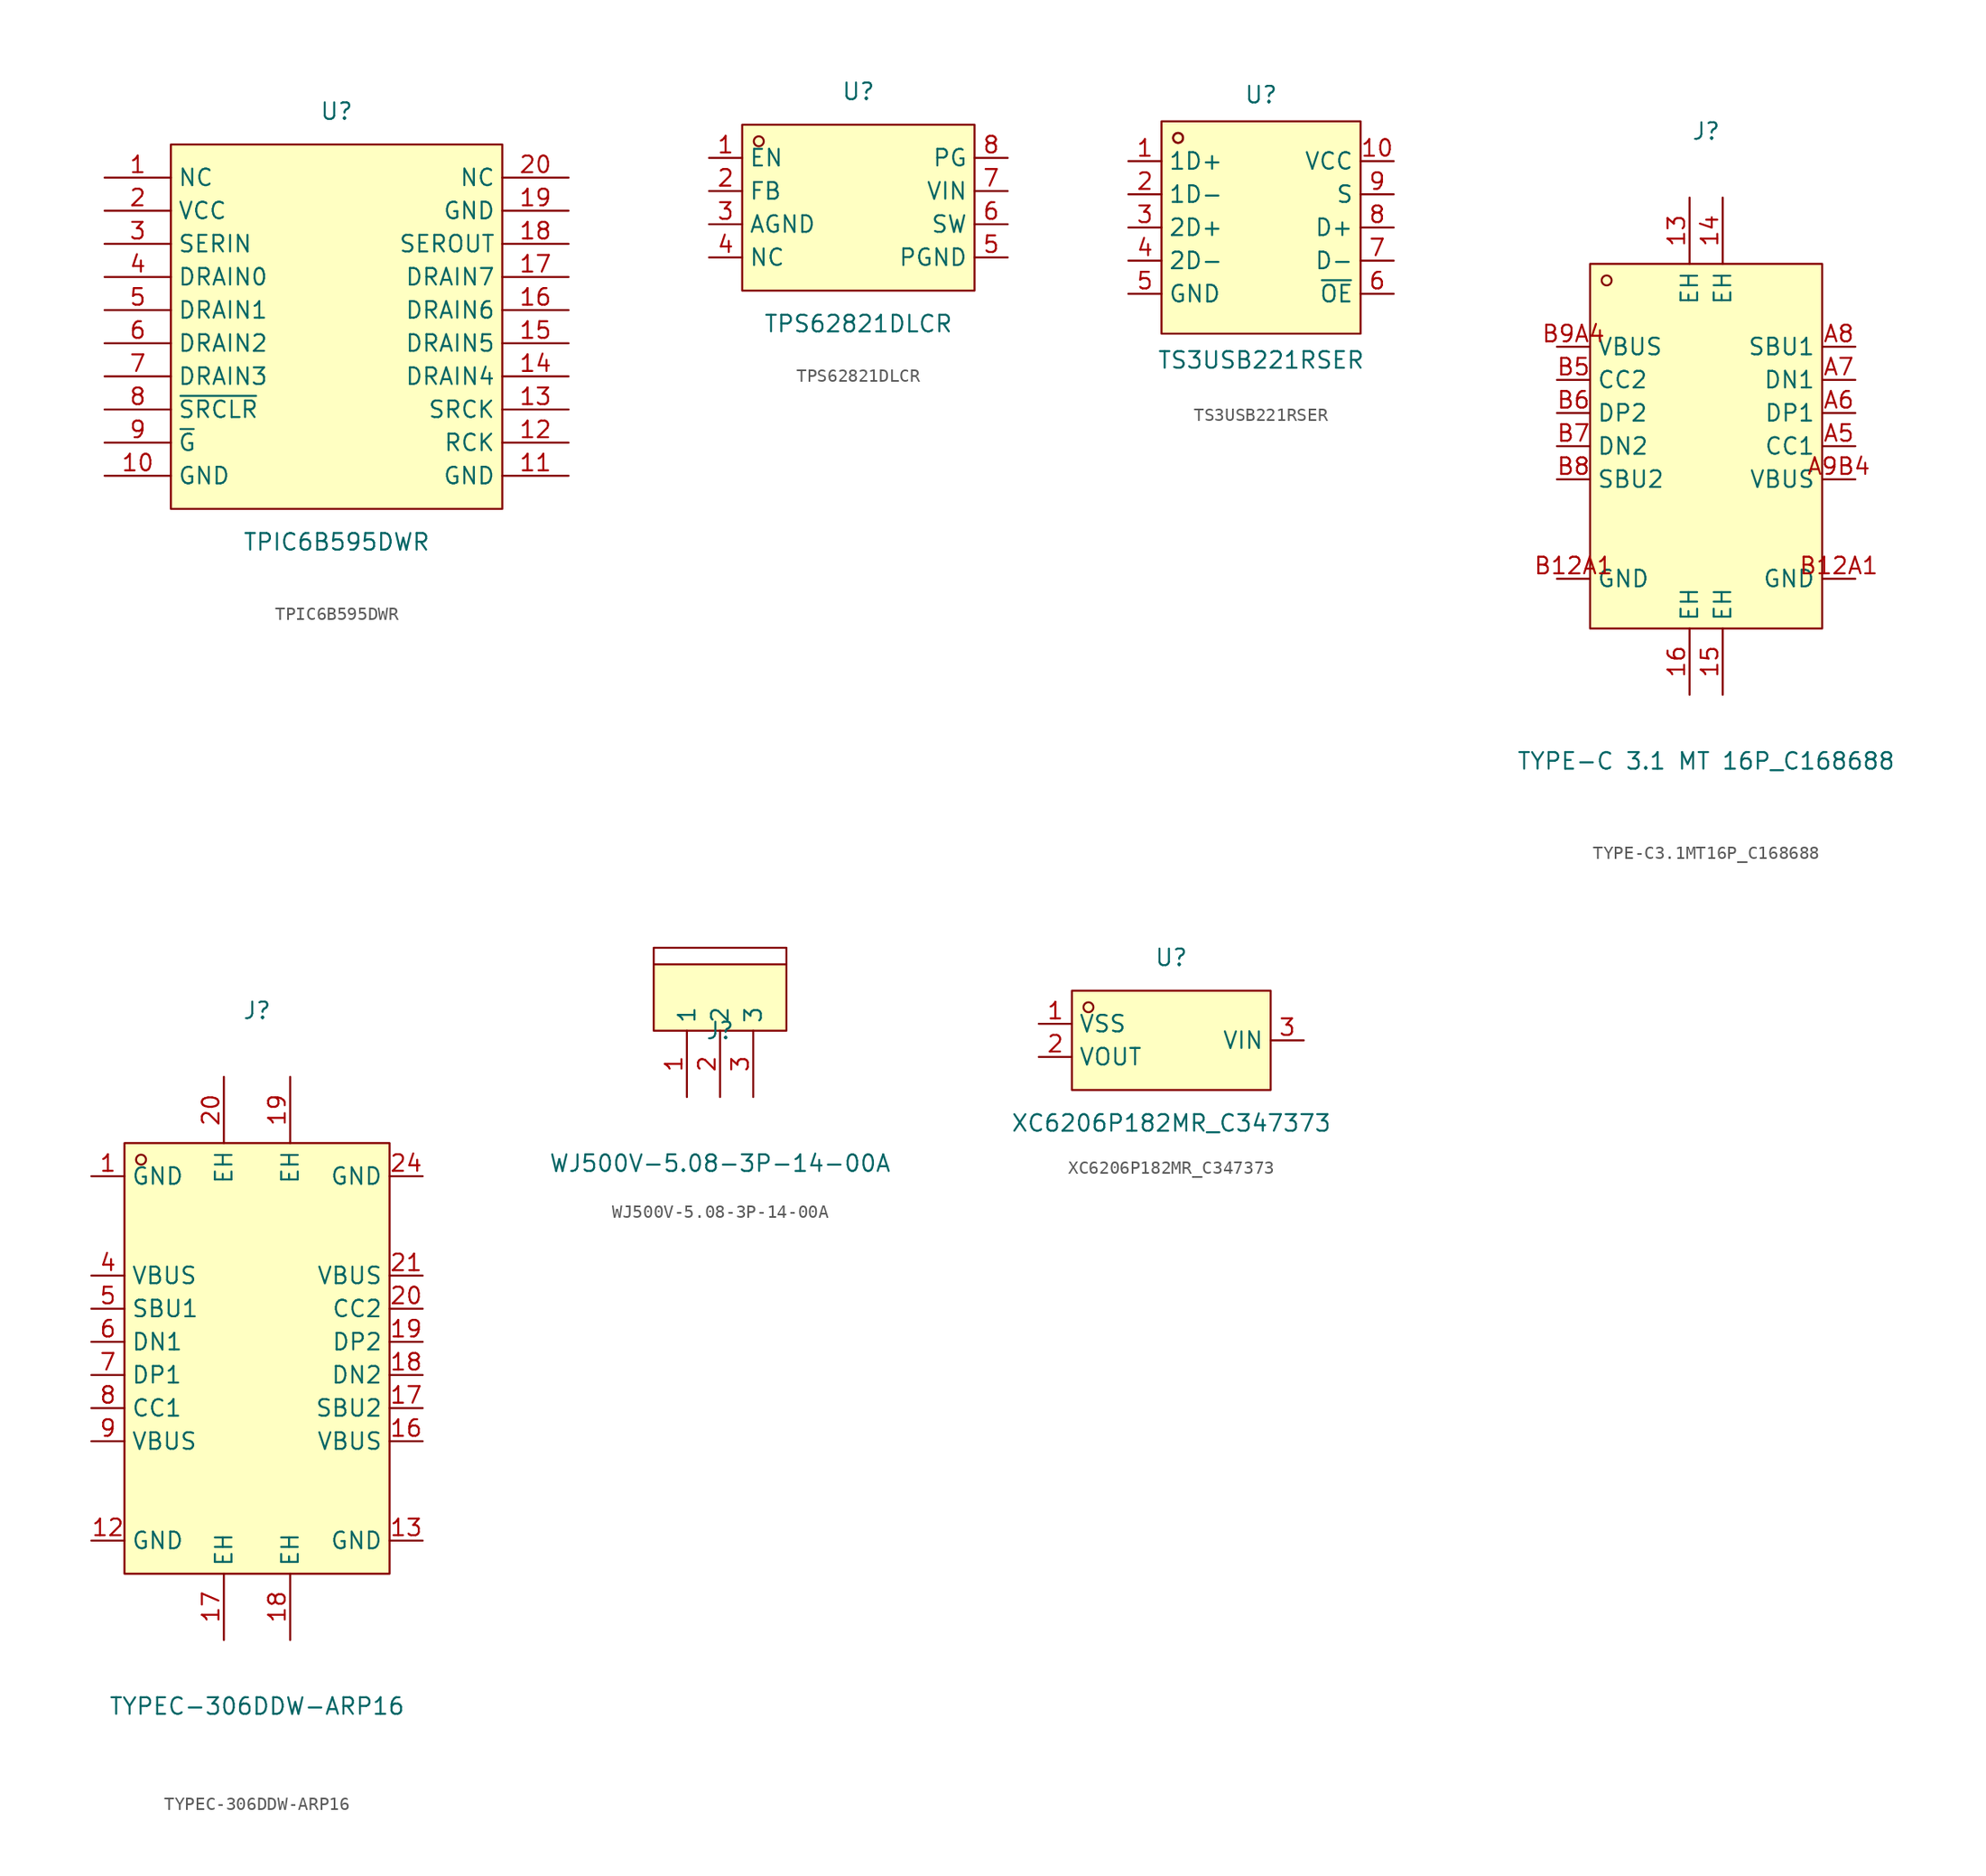
<source format=kicad_sym>
(kicad_symbol_lib
  (version 20211014)
  (generator https://github.com/uPesy/easyeda2kicad.py)
  (symbol "TPIC6B595DWR"
    (property "Reference" "U"
      (at 0 16.51 0)
      (effects (font (size 1.27 1.27))))
    (property "Value" "TPIC6B595DWR"
      (at 0 -16.51 0)
      (effects (font (size 1.27 1.27))))
    (symbol "TPIC6B595DWR_0_1"
      (rectangle (start -12.70 13.97) (end 12.70 -13.97) (stroke (width 0) (type default) (color 0 0 0 0)) (fill (type background)))
      (pin unspecified line (at -17.78 11.43 0) (length 5.08) (name "NC" (effects (font (size 1.27 1.27)))) (number "1" (effects (font (size 1.27 1.27)))))
      (pin unspecified line (at -17.78 8.89 0) (length 5.08) (name "VCC" (effects (font (size 1.27 1.27)))) (number "2" (effects (font (size 1.27 1.27)))))
      (pin unspecified line (at -17.78 6.35 0) (length 5.08) (name "SERIN" (effects (font (size 1.27 1.27)))) (number "3" (effects (font (size 1.27 1.27)))))
      (pin unspecified line (at -17.78 3.81 0) (length 5.08) (name "DRAIN0" (effects (font (size 1.27 1.27)))) (number "4" (effects (font (size 1.27 1.27)))))
      (pin unspecified line (at -17.78 1.27 0) (length 5.08) (name "DRAIN1" (effects (font (size 1.27 1.27)))) (number "5" (effects (font (size 1.27 1.27)))))
      (pin unspecified line (at -17.78 -1.27 0) (length 5.08) (name "DRAIN2" (effects (font (size 1.27 1.27)))) (number "6" (effects (font (size 1.27 1.27)))))
      (pin unspecified line (at -17.78 -3.81 0) (length 5.08) (name "DRAIN3" (effects (font (size 1.27 1.27)))) (number "7" (effects (font (size 1.27 1.27)))))
      (pin unspecified line (at -17.78 -6.35 0) (length 5.08) (name "~{SRCLR}" (effects (font (size 1.27 1.27)))) (number "8" (effects (font (size 1.27 1.27)))))
      (pin unspecified line (at -17.78 -8.89 0) (length 5.08) (name "~{G}" (effects (font (size 1.27 1.27)))) (number "9" (effects (font (size 1.27 1.27)))))
      (pin unspecified line (at -17.78 -11.43 0) (length 5.08) (name "GND" (effects (font (size 1.27 1.27)))) (number "10" (effects (font (size 1.27 1.27)))))
      (pin unspecified line (at 17.78 -11.43 180) (length 5.08) (name "GND" (effects (font (size 1.27 1.27)))) (number "11" (effects (font (size 1.27 1.27)))))
      (pin unspecified line (at 17.78 -8.89 180) (length 5.08) (name "RCK" (effects (font (size 1.27 1.27)))) (number "12" (effects (font (size 1.27 1.27)))))
      (pin unspecified line (at 17.78 -6.35 180) (length 5.08) (name "SRCK" (effects (font (size 1.27 1.27)))) (number "13" (effects (font (size 1.27 1.27)))))
      (pin unspecified line (at 17.78 -3.81 180) (length 5.08) (name "DRAIN4" (effects (font (size 1.27 1.27)))) (number "14" (effects (font (size 1.27 1.27)))))
      (pin unspecified line (at 17.78 -1.27 180) (length 5.08) (name "DRAIN5" (effects (font (size 1.27 1.27)))) (number "15" (effects (font (size 1.27 1.27)))))
      (pin unspecified line (at 17.78 1.27 180) (length 5.08) (name "DRAIN6" (effects (font (size 1.27 1.27)))) (number "16" (effects (font (size 1.27 1.27)))))
      (pin unspecified line (at 17.78 3.81 180) (length 5.08) (name "DRAIN7" (effects (font (size 1.27 1.27)))) (number "17" (effects (font (size 1.27 1.27)))))
      (pin unspecified line (at 17.78 6.35 180) (length 5.08) (name "SEROUT" (effects (font (size 1.27 1.27)))) (number "18" (effects (font (size 1.27 1.27)))))
      (pin unspecified line (at 17.78 8.89 180) (length 5.08) (name "GND" (effects (font (size 1.27 1.27)))) (number "19" (effects (font (size 1.27 1.27)))))
      (pin unspecified line (at 17.78 11.43 180) (length 5.08) (name "NC" (effects (font (size 1.27 1.27)))) (number "20" (effects (font (size 1.27 1.27)))))))
  (symbol "TPS62821DLCR"
    (property "Reference" "U"
      (at 0 8.89 0)
      (effects (font (size 1.27 1.27))))
    (property "Value" "TPS62821DLCR"
      (at 0 -8.89 0)
      (effects (font (size 1.27 1.27))))
    (symbol "TPS62821DLCR_0_1"
      (rectangle (start -8.89 6.35) (end 8.89 -6.35) (stroke (width 0) (type default) (color 0 0 0 0)) (fill (type background)))
      (circle (center -7.62 5.08) (radius 0.38) (stroke (width 0) (type default) (color 0 0 0 0)) (fill (type none)))
      (pin unspecified line (at -11.43 3.81 0) (length 2.54) (name "EN" (effects (font (size 1.27 1.27)))) (number "1" (effects (font (size 1.27 1.27)))))
      (pin unspecified line (at -11.43 1.27 0) (length 2.54) (name "FB" (effects (font (size 1.27 1.27)))) (number "2" (effects (font (size 1.27 1.27)))))
      (pin unspecified line (at -11.43 -1.27 0) (length 2.54) (name "AGND" (effects (font (size 1.27 1.27)))) (number "3" (effects (font (size 1.27 1.27)))))
      (pin unspecified line (at -11.43 -3.81 0) (length 2.54) (name "NC" (effects (font (size 1.27 1.27)))) (number "4" (effects (font (size 1.27 1.27)))))
      (pin unspecified line (at 11.43 -3.81 180) (length 2.54) (name "PGND" (effects (font (size 1.27 1.27)))) (number "5" (effects (font (size 1.27 1.27)))))
      (pin unspecified line (at 11.43 -1.27 180) (length 2.54) (name "SW" (effects (font (size 1.27 1.27)))) (number "6" (effects (font (size 1.27 1.27)))))
      (pin unspecified line (at 11.43 1.27 180) (length 2.54) (name "VIN" (effects (font (size 1.27 1.27)))) (number "7" (effects (font (size 1.27 1.27)))))
      (pin unspecified line (at 11.43 3.81 180) (length 2.54) (name "PG" (effects (font (size 1.27 1.27)))) (number "8" (effects (font (size 1.27 1.27)))))))
  (symbol "TS3USB221RSER"
    (property "Reference" "U"
      (at 0 10.16 0)
      (effects (font (size 1.27 1.27))))
    (property "Value" "TS3USB221RSER"
      (at 0 -10.16 0)
      (effects (font (size 1.27 1.27))))
    (symbol "TS3USB221RSER_0_1"
      (rectangle (start -7.62 8.13) (end 7.62 -8.13) (stroke (width 0) (type default) (color 0 0 0 0)) (fill (type background)))
      (circle (center -6.35 6.86) (radius 0.38) (stroke (width 0) (type default) (color 0 0 0 0)) (fill (type none)))
      (circle (center -6.35 6.86) (radius 0.38) (stroke (width 0) (type default) (color 0 0 0 0)) (fill (type none)))
      (pin unspecified line (at -10.16 5.08 0) (length 2.54) (name "1D+" (effects (font (size 1.27 1.27)))) (number "1" (effects (font (size 1.27 1.27)))))
      (pin unspecified line (at -10.16 2.54 0) (length 2.54) (name "1D-" (effects (font (size 1.27 1.27)))) (number "2" (effects (font (size 1.27 1.27)))))
      (pin unspecified line (at -10.16 -0.00 0) (length 2.54) (name "2D+" (effects (font (size 1.27 1.27)))) (number "3" (effects (font (size 1.27 1.27)))))
      (pin unspecified line (at -10.16 -2.54 0) (length 2.54) (name "2D-" (effects (font (size 1.27 1.27)))) (number "4" (effects (font (size 1.27 1.27)))))
      (pin unspecified line (at -10.16 -5.08 0) (length 2.54) (name "GND" (effects (font (size 1.27 1.27)))) (number "5" (effects (font (size 1.27 1.27)))))
      (pin unspecified line (at 10.16 -5.08 180) (length 2.54) (name "~{OE}" (effects (font (size 1.27 1.27)))) (number "6" (effects (font (size 1.27 1.27)))))
      (pin unspecified line (at 10.16 -2.54 180) (length 2.54) (name "D-" (effects (font (size 1.27 1.27)))) (number "7" (effects (font (size 1.27 1.27)))))
      (pin unspecified line (at 10.16 -0.00 180) (length 2.54) (name "D+" (effects (font (size 1.27 1.27)))) (number "8" (effects (font (size 1.27 1.27)))))
      (pin unspecified line (at 10.16 2.54 180) (length 2.54) (name "S" (effects (font (size 1.27 1.27)))) (number "9" (effects (font (size 1.27 1.27)))))
      (pin unspecified line (at 10.16 5.08 180) (length 2.54) (name "VCC" (effects (font (size 1.27 1.27)))) (number "10" (effects (font (size 1.27 1.27)))))))
  (symbol "TYPE-C3.1MT16P_C168688"
    (property "Reference" "J"
      (at 0 24.13 0)
      (effects (font (size 1.27 1.27))))
    (property "Value" "TYPE-C 3.1 MT 16P_C168688"
      (at 0 -24.13 0)
      (effects (font (size 1.27 1.27))))
    (symbol "TYPE-C3.1MT16P_C168688_0_1"
      (rectangle (start -8.89 13.97) (end 8.89 -13.97) (stroke (width 0) (type default) (color 0 0 0 0)) (fill (type background)))
      (circle (center -7.62 12.70) (radius 0.38) (stroke (width 0) (type default) (color 0 0 0 0)) (fill (type none)))
      (pin unspecified line (at 11.43 -2.54 180) (length 2.54) (name "VBUS" (effects (font (size 1.27 1.27)))) (number "A9B4" (effects (font (size 1.27 1.27)))))
      (pin unspecified line (at -11.43 5.08 0) (length 2.54) (name "CC2" (effects (font (size 1.27 1.27)))) (number "B5" (effects (font (size 1.27 1.27)))))
      (pin unspecified line (at -11.43 2.54 0) (length 2.54) (name "DP2" (effects (font (size 1.27 1.27)))) (number "B6" (effects (font (size 1.27 1.27)))))
      (pin unspecified line (at -11.43 -0.00 0) (length 2.54) (name "DN2" (effects (font (size 1.27 1.27)))) (number "B7" (effects (font (size 1.27 1.27)))))
      (pin unspecified line (at -11.43 -2.54 0) (length 2.54) (name "SBU2" (effects (font (size 1.27 1.27)))) (number "B8" (effects (font (size 1.27 1.27)))))
      (pin unspecified line (at -11.43 -10.16 0) (length 2.54) (name "GND" (effects (font (size 1.27 1.27)))) (number "B12A1" (effects (font (size 1.27 1.27)))))
      (pin unspecified line (at -1.27 19.05 270) (length 5.08) (name "EH" (effects (font (size 1.27 1.27)))) (number "13" (effects (font (size 1.27 1.27)))))
      (pin unspecified line (at 11.43 -10.16 180) (length 2.54) (name "GND" (effects (font (size 1.27 1.27)))) (number "B12A1" (effects (font (size 1.27 1.27)))))
      (pin unspecified line (at -11.43 7.62 0) (length 2.54) (name "VBUS" (effects (font (size 1.27 1.27)))) (number "B9A4" (effects (font (size 1.27 1.27)))))
      (pin unspecified line (at 11.43 -0.00 180) (length 2.54) (name "CC1" (effects (font (size 1.27 1.27)))) (number "A5" (effects (font (size 1.27 1.27)))))
      (pin unspecified line (at 11.43 2.54 180) (length 2.54) (name "DP1" (effects (font (size 1.27 1.27)))) (number "A6" (effects (font (size 1.27 1.27)))))
      (pin unspecified line (at 11.43 5.08 180) (length 2.54) (name "DN1" (effects (font (size 1.27 1.27)))) (number "A7" (effects (font (size 1.27 1.27)))))
      (pin unspecified line (at 11.43 7.62 180) (length 2.54) (name "SBU1" (effects (font (size 1.27 1.27)))) (number "A8" (effects (font (size 1.27 1.27)))))
      (pin unspecified line (at 1.27 19.05 270) (length 5.08) (name "EH" (effects (font (size 1.27 1.27)))) (number "14" (effects (font (size 1.27 1.27)))))
      (pin unspecified line (at 1.27 -19.05 90) (length 5.08) (name "EH" (effects (font (size 1.27 1.27)))) (number "15" (effects (font (size 1.27 1.27)))))
      (pin unspecified line (at -1.27 -19.05 90) (length 5.08) (name "EH" (effects (font (size 1.27 1.27)))) (number "16" (effects (font (size 1.27 1.27)))))))
  (symbol "TYPEC-306DDW-ARP16"
    (property "Reference" "J"
      (at 0 25.40 0)
      (effects (font (size 1.27 1.27))))
    (property "Value" "TYPEC-306DDW-ARP16"
      (at 0 -27.94 0)
      (effects (font (size 1.27 1.27))))
    (symbol "TYPEC-306DDW-ARP16_0_1"
      (rectangle (start -10.16 15.24) (end 10.16 -17.78) (stroke (width 0) (type default) (color 0 0 0 0)) (fill (type background)))
      (circle (center -8.89 13.97) (radius 0.38) (stroke (width 0) (type default) (color 0 0 0 0)) (fill (type none)))
      (pin unspecified line (at 12.70 12.70 180) (length 2.54) (name "GND" (effects (font (size 1.27 1.27)))) (number "24" (effects (font (size 1.27 1.27)))))
      (pin unspecified line (at 12.70 5.08 180) (length 2.54) (name "VBUS" (effects (font (size 1.27 1.27)))) (number "21" (effects (font (size 1.27 1.27)))))
      (pin unspecified line (at 12.70 2.54 180) (length 2.54) (name "CC2" (effects (font (size 1.27 1.27)))) (number "20" (effects (font (size 1.27 1.27)))))
      (pin unspecified line (at 12.70 -0.00 180) (length 2.54) (name "DP2" (effects (font (size 1.27 1.27)))) (number "19" (effects (font (size 1.27 1.27)))))
      (pin unspecified line (at 12.70 -2.54 180) (length 2.54) (name "DN2" (effects (font (size 1.27 1.27)))) (number "18" (effects (font (size 1.27 1.27)))))
      (pin unspecified line (at 12.70 -5.08 180) (length 2.54) (name "SBU2" (effects (font (size 1.27 1.27)))) (number "17" (effects (font (size 1.27 1.27)))))
      (pin unspecified line (at 12.70 -7.62 180) (length 2.54) (name "VBUS" (effects (font (size 1.27 1.27)))) (number "16" (effects (font (size 1.27 1.27)))))
      (pin unspecified line (at 12.70 -15.24 180) (length 2.54) (name "GND" (effects (font (size 1.27 1.27)))) (number "13" (effects (font (size 1.27 1.27)))))
      (pin unspecified line (at -12.70 -15.24 0) (length 2.54) (name "GND" (effects (font (size 1.27 1.27)))) (number "12" (effects (font (size 1.27 1.27)))))
      (pin unspecified line (at -12.70 -7.62 0) (length 2.54) (name "VBUS" (effects (font (size 1.27 1.27)))) (number "9" (effects (font (size 1.27 1.27)))))
      (pin unspecified line (at -12.70 -5.08 0) (length 2.54) (name "CC1" (effects (font (size 1.27 1.27)))) (number "8" (effects (font (size 1.27 1.27)))))
      (pin unspecified line (at -12.70 -2.54 0) (length 2.54) (name "DP1" (effects (font (size 1.27 1.27)))) (number "7" (effects (font (size 1.27 1.27)))))
      (pin unspecified line (at -12.70 -0.00 0) (length 2.54) (name "DN1" (effects (font (size 1.27 1.27)))) (number "6" (effects (font (size 1.27 1.27)))))
      (pin unspecified line (at -12.70 2.54 0) (length 2.54) (name "SBU1" (effects (font (size 1.27 1.27)))) (number "5" (effects (font (size 1.27 1.27)))))
      (pin unspecified line (at -12.70 5.08 0) (length 2.54) (name "VBUS" (effects (font (size 1.27 1.27)))) (number "4" (effects (font (size 1.27 1.27)))))
      (pin unspecified line (at -12.70 12.70 0) (length 2.54) (name "GND" (effects (font (size 1.27 1.27)))) (number "1" (effects (font (size 1.27 1.27)))))
      (pin unspecified line (at -2.54 -22.86 90) (length 5.08) (name "EH" (effects (font (size 1.27 1.27)))) (number "17" (effects (font (size 1.27 1.27)))))
      (pin unspecified line (at 2.54 -22.86 90) (length 5.08) (name "EH" (effects (font (size 1.27 1.27)))) (number "18" (effects (font (size 1.27 1.27)))))
      (pin unspecified line (at 2.54 20.32 270) (length 5.08) (name "EH" (effects (font (size 1.27 1.27)))) (number "19" (effects (font (size 1.27 1.27)))))
      (pin unspecified line (at -2.54 20.32 270) (length 5.08) (name "EH" (effects (font (size 1.27 1.27)))) (number "20" (effects (font (size 1.27 1.27)))))))
  (symbol "WJ500V-5.08-3P-14-00A"
    (property "Reference" "J"
      (at 0 0.00 0)
      (effects (font (size 1.27 1.27))))
    (property "Value" "WJ500V-5.08-3P-14-00A"
      (at 0 -10.16 0)
      (effects (font (size 1.27 1.27))))
    (symbol "WJ500V-5.08-3P-14-00A_0_1"
      (rectangle (start -5.08 5.08) (end 5.08 0.00) (stroke (width 0) (type default) (color 0 0 0 0)) (fill (type background)))
      (polyline (pts (xy -5.08 5.08) (xy -5.08 6.35) (xy 5.08 6.35) (xy 5.08 5.08)) (stroke (width 0) (type default) (color 0 0 0 0)) (fill (type none)))
      (pin unspecified line (at -2.54 -5.08 90) (length 5.08) (name "1" (effects (font (size 1.27 1.27)))) (number "1" (effects (font (size 1.27 1.27)))))
      (pin unspecified line (at 0.00 -5.08 90) (length 5.08) (name "2" (effects (font (size 1.27 1.27)))) (number "2" (effects (font (size 1.27 1.27)))))
      (pin unspecified line (at 2.54 -5.08 90) (length 5.08) (name "3" (effects (font (size 1.27 1.27)))) (number "3" (effects (font (size 1.27 1.27)))))))
  (symbol "XC6206P182MR_C347373"
    (property "Reference" "U"
      (at 0 6.35 0)
      (effects (font (size 1.27 1.27))))
    (property "Value" "XC6206P182MR_C347373"
      (at 0 -6.35 0)
      (effects (font (size 1.27 1.27))))
    (symbol "XC6206P182MR_C347373_0_1"
      (rectangle (start -7.62 3.81) (end 7.62 -3.81) (stroke (width 0) (type default) (color 0 0 0 0)) (fill (type background)))
      (circle (center -6.35 2.54) (radius 0.38) (stroke (width 0) (type default) (color 0 0 0 0)) (fill (type none)))
      (pin unspecified line (at -10.16 1.27 0) (length 2.54) (name "VSS" (effects (font (size 1.27 1.27)))) (number "1" (effects (font (size 1.27 1.27)))))
      (pin unspecified line (at -10.16 -1.27 0) (length 2.54) (name "VOUT" (effects (font (size 1.27 1.27)))) (number "2" (effects (font (size 1.27 1.27)))))
      (pin unspecified line (at 10.16 -0.00 180) (length 2.54) (name "VIN" (effects (font (size 1.27 1.27)))) (number "3" (effects (font (size 1.27 1.27))))))))
</source>
